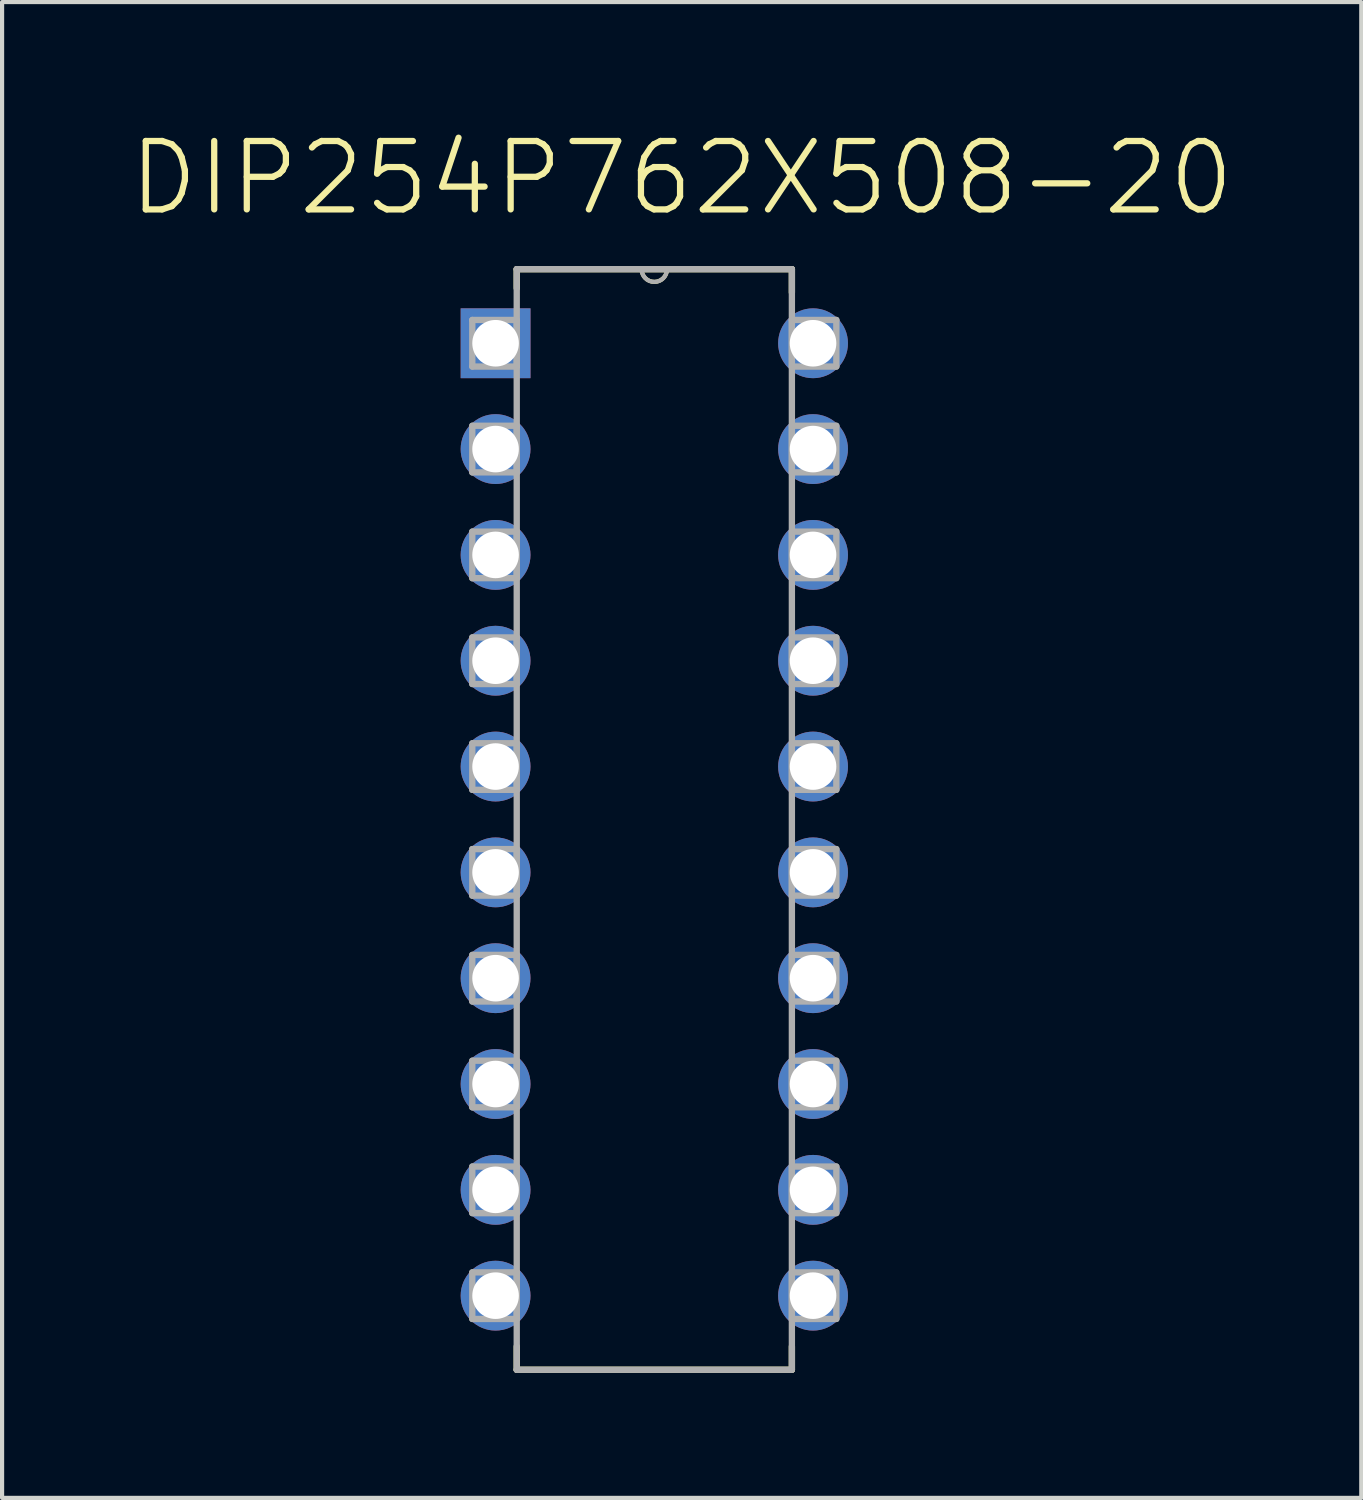
<source format=kicad_pcb>
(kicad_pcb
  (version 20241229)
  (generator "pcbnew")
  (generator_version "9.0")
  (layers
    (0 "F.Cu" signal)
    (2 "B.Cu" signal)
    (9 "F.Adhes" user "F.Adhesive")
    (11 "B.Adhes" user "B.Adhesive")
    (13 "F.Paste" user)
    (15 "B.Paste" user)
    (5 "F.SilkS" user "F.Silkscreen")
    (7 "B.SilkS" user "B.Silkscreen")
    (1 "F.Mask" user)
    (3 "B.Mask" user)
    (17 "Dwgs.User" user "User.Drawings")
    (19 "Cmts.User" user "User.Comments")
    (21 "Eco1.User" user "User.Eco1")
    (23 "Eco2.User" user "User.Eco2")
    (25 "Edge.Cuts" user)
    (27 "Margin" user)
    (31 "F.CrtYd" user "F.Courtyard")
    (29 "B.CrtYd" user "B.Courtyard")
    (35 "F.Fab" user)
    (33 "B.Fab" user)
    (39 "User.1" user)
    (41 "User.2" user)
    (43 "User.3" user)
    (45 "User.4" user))
  (footprint "DIP254P762X508-20"
    (layer "F.Cu")
    (at 16.465 28.049)
    (property "Reference" "DIP254P762X508-20" (at -3.153 -26.825 0) (layer "F.SilkS") (effects (font (size 1.642 1.642) (thickness 0.15))))
    (attr through_hole)
    (fp_line (start -7.112 -24.638) (end -7.112 -24.181) (stroke (width 0.152) (type solid)) (layer "F.SilkS"))
    (fp_line (start -7.112 1.219) (end -7.112 1.778) (stroke (width 0.152) (type solid)) (layer "F.SilkS"))
    (fp_line (start -7.112 1.778) (end -0.508 1.778) (stroke (width 0.152) (type solid)) (layer "F.SilkS"))
    (fp_line (start -4.115 -24.638) (end -7.112 -24.638) (stroke (width 0.152) (type solid)) (layer "F.SilkS"))
    (fp_line (start -3.505 -24.638) (end -4.115 -24.638) (stroke (width 0.152) (type solid)) (layer "F.SilkS"))
    (fp_line (start -0.508 -24.638) (end -3.505 -24.638) (stroke (width 0.152) (type solid)) (layer "F.SilkS"))
    (fp_line (start -0.508 -24.079) (end -0.508 -24.638) (stroke (width 0.152) (type solid)) (layer "F.SilkS"))
    (fp_line (start -0.508 1.778) (end -0.508 1.219) (stroke (width 0.152) (type solid)) (layer "F.SilkS"))
    (fp_arc (start -3.5052 -24.638) (mid -3.81 -24.3332) (end -4.1148 -24.638) (stroke (width 0.1) (type solid)) (layer "F.SilkS"))
    (fp_line (start -8.179 -23.419) (end -8.179 -22.301) (stroke (width 0.152) (type solid)) (layer "F.Fab"))
    (fp_line (start -8.179 -22.301) (end -7.112 -22.301) (stroke (width 0.152) (type solid)) (layer "F.Fab"))
    (fp_line (start -8.179 -20.879) (end -8.179 -19.761) (stroke (width 0.152) (type solid)) (layer "F.Fab"))
    (fp_line (start -8.179 -19.761) (end -7.112 -19.761) (stroke (width 0.152) (type solid)) (layer "F.Fab"))
    (fp_line (start -8.179 -18.339) (end -8.179 -17.221) (stroke (width 0.152) (type solid)) (layer "F.Fab"))
    (fp_line (start -8.179 -17.221) (end -7.112 -17.221) (stroke (width 0.152) (type solid)) (layer "F.Fab"))
    (fp_line (start -8.179 -15.799) (end -8.179 -14.681) (stroke (width 0.152) (type solid)) (layer "F.Fab"))
    (fp_line (start -8.179 -14.681) (end -7.112 -14.681) (stroke (width 0.152) (type solid)) (layer "F.Fab"))
    (fp_line (start -8.179 -13.259) (end -8.179 -12.141) (stroke (width 0.152) (type solid)) (layer "F.Fab"))
    (fp_line (start -8.179 -12.141) (end -7.112 -12.141) (stroke (width 0.152) (type solid)) (layer "F.Fab"))
    (fp_line (start -8.179 -10.719) (end -8.179 -9.601) (stroke (width 0.152) (type solid)) (layer "F.Fab"))
    (fp_line (start -8.179 -9.601) (end -7.112 -9.601) (stroke (width 0.152) (type solid)) (layer "F.Fab"))
    (fp_line (start -8.179 -8.179) (end -8.179 -7.061) (stroke (width 0.152) (type solid)) (layer "F.Fab"))
    (fp_line (start -8.179 -7.061) (end -7.112 -7.061) (stroke (width 0.152) (type solid)) (layer "F.Fab"))
    (fp_line (start -8.179 -5.639) (end -8.179 -4.521) (stroke (width 0.152) (type solid)) (layer "F.Fab"))
    (fp_line (start -8.179 -4.521) (end -7.112 -4.521) (stroke (width 0.152) (type solid)) (layer "F.Fab"))
    (fp_line (start -8.179 -3.099) (end -8.179 -1.981) (stroke (width 0.152) (type solid)) (layer "F.Fab"))
    (fp_line (start -8.179 -1.981) (end -7.112 -1.981) (stroke (width 0.152) (type solid)) (layer "F.Fab"))
    (fp_line (start -8.179 -0.559) (end -8.179 0.559) (stroke (width 0.152) (type solid)) (layer "F.Fab"))
    (fp_line (start -8.179 0.559) (end -7.112 0.559) (stroke (width 0.152) (type solid)) (layer "F.Fab"))
    (fp_line (start -7.112 -24.638) (end -7.112 1.778) (stroke (width 0.152) (type solid)) (layer "F.Fab"))
    (fp_line (start -7.112 -23.419) (end -8.179 -23.419) (stroke (width 0.152) (type solid)) (layer "F.Fab"))
    (fp_line (start -7.112 -22.301) (end -7.112 -23.419) (stroke (width 0.152) (type solid)) (layer "F.Fab"))
    (fp_line (start -7.112 -20.879) (end -8.179 -20.879) (stroke (width 0.152) (type solid)) (layer "F.Fab"))
    (fp_line (start -7.112 -19.761) (end -7.112 -20.879) (stroke (width 0.152) (type solid)) (layer "F.Fab"))
    (fp_line (start -7.112 -18.339) (end -8.179 -18.339) (stroke (width 0.152) (type solid)) (layer "F.Fab"))
    (fp_line (start -7.112 -17.221) (end -7.112 -18.339) (stroke (width 0.152) (type solid)) (layer "F.Fab"))
    (fp_line (start -7.112 -15.799) (end -8.179 -15.799) (stroke (width 0.152) (type solid)) (layer "F.Fab"))
    (fp_line (start -7.112 -14.681) (end -7.112 -15.799) (stroke (width 0.152) (type solid)) (layer "F.Fab"))
    (fp_line (start -7.112 -13.259) (end -8.179 -13.259) (stroke (width 0.152) (type solid)) (layer "F.Fab"))
    (fp_line (start -7.112 -12.141) (end -7.112 -13.259) (stroke (width 0.152) (type solid)) (layer "F.Fab"))
    (fp_line (start -7.112 -10.719) (end -8.179 -10.719) (stroke (width 0.152) (type solid)) (layer "F.Fab"))
    (fp_line (start -7.112 -9.601) (end -7.112 -10.719) (stroke (width 0.152) (type solid)) (layer "F.Fab"))
    (fp_line (start -7.112 -8.179) (end -8.179 -8.179) (stroke (width 0.152) (type solid)) (layer "F.Fab"))
    (fp_line (start -7.112 -7.061) (end -7.112 -8.179) (stroke (width 0.152) (type solid)) (layer "F.Fab"))
    (fp_line (start -7.112 -5.639) (end -8.179 -5.639) (stroke (width 0.152) (type solid)) (layer "F.Fab"))
    (fp_line (start -7.112 -4.521) (end -7.112 -5.639) (stroke (width 0.152) (type solid)) (layer "F.Fab"))
    (fp_line (start -7.112 -3.099) (end -8.179 -3.099) (stroke (width 0.152) (type solid)) (layer "F.Fab"))
    (fp_line (start -7.112 -1.981) (end -7.112 -3.099) (stroke (width 0.152) (type solid)) (layer "F.Fab"))
    (fp_line (start -7.112 -0.559) (end -8.179 -0.559) (stroke (width 0.152) (type solid)) (layer "F.Fab"))
    (fp_line (start -7.112 0.559) (end -7.112 -0.559) (stroke (width 0.152) (type solid)) (layer "F.Fab"))
    (fp_line (start -7.112 1.778) (end -0.508 1.778) (stroke (width 0.152) (type solid)) (layer "F.Fab"))
    (fp_line (start -4.115 -24.638) (end -7.112 -24.638) (stroke (width 0.152) (type solid)) (layer "F.Fab"))
    (fp_line (start -3.505 -24.638) (end -4.115 -24.638) (stroke (width 0.152) (type solid)) (layer "F.Fab"))
    (fp_line (start -0.508 -24.638) (end -3.505 -24.638) (stroke (width 0.152) (type solid)) (layer "F.Fab"))
    (fp_line (start -0.508 -23.419) (end -0.508 -22.301) (stroke (width 0.152) (type solid)) (layer "F.Fab"))
    (fp_line (start -0.508 -22.301) (end 0.559 -22.301) (stroke (width 0.152) (type solid)) (layer "F.Fab"))
    (fp_line (start -0.508 -20.879) (end -0.508 -19.761) (stroke (width 0.152) (type solid)) (layer "F.Fab"))
    (fp_line (start -0.508 -19.761) (end 0.559 -19.761) (stroke (width 0.152) (type solid)) (layer "F.Fab"))
    (fp_line (start -0.508 -18.339) (end -0.508 -17.221) (stroke (width 0.152) (type solid)) (layer "F.Fab"))
    (fp_line (start -0.508 -17.221) (end 0.559 -17.221) (stroke (width 0.152) (type solid)) (layer "F.Fab"))
    (fp_line (start -0.508 -15.799) (end -0.508 -14.681) (stroke (width 0.152) (type solid)) (layer "F.Fab"))
    (fp_line (start -0.508 -14.681) (end 0.559 -14.681) (stroke (width 0.152) (type solid)) (layer "F.Fab"))
    (fp_line (start -0.508 -13.259) (end -0.508 -12.141) (stroke (width 0.152) (type solid)) (layer "F.Fab"))
    (fp_line (start -0.508 -12.141) (end 0.559 -12.141) (stroke (width 0.152) (type solid)) (layer "F.Fab"))
    (fp_line (start -0.508 -10.719) (end -0.508 -9.601) (stroke (width 0.152) (type solid)) (layer "F.Fab"))
    (fp_line (start -0.508 -9.601) (end 0.559 -9.601) (stroke (width 0.152) (type solid)) (layer "F.Fab"))
    (fp_line (start -0.508 -8.179) (end -0.508 -7.061) (stroke (width 0.152) (type solid)) (layer "F.Fab"))
    (fp_line (start -0.508 -7.061) (end 0.559 -7.061) (stroke (width 0.152) (type solid)) (layer "F.Fab"))
    (fp_line (start -0.508 -5.639) (end -0.508 -4.521) (stroke (width 0.152) (type solid)) (layer "F.Fab"))
    (fp_line (start -0.508 -4.521) (end 0.559 -4.521) (stroke (width 0.152) (type solid)) (layer "F.Fab"))
    (fp_line (start -0.508 -3.099) (end -0.508 -1.981) (stroke (width 0.152) (type solid)) (layer "F.Fab"))
    (fp_line (start -0.508 -1.981) (end 0.559 -1.981) (stroke (width 0.152) (type solid)) (layer "F.Fab"))
    (fp_line (start -0.508 -0.559) (end -0.508 0.559) (stroke (width 0.152) (type solid)) (layer "F.Fab"))
    (fp_line (start -0.508 0.559) (end 0.559 0.559) (stroke (width 0.152) (type solid)) (layer "F.Fab"))
    (fp_line (start -0.508 1.778) (end -0.508 -24.638) (stroke (width 0.152) (type solid)) (layer "F.Fab"))
    (fp_line (start 0.559 -23.419) (end -0.508 -23.419) (stroke (width 0.152) (type solid)) (layer "F.Fab"))
    (fp_line (start 0.559 -22.301) (end 0.559 -23.419) (stroke (width 0.152) (type solid)) (layer "F.Fab"))
    (fp_line (start 0.559 -20.879) (end -0.508 -20.879) (stroke (width 0.152) (type solid)) (layer "F.Fab"))
    (fp_line (start 0.559 -19.761) (end 0.559 -20.879) (stroke (width 0.152) (type solid)) (layer "F.Fab"))
    (fp_line (start 0.559 -18.339) (end -0.508 -18.339) (stroke (width 0.152) (type solid)) (layer "F.Fab"))
    (fp_line (start 0.559 -17.221) (end 0.559 -18.339) (stroke (width 0.152) (type solid)) (layer "F.Fab"))
    (fp_line (start 0.559 -15.799) (end -0.508 -15.799) (stroke (width 0.152) (type solid)) (layer "F.Fab"))
    (fp_line (start 0.559 -14.681) (end 0.559 -15.799) (stroke (width 0.152) (type solid)) (layer "F.Fab"))
    (fp_line (start 0.559 -13.259) (end -0.508 -13.259) (stroke (width 0.152) (type solid)) (layer "F.Fab"))
    (fp_line (start 0.559 -12.141) (end 0.559 -13.259) (stroke (width 0.152) (type solid)) (layer "F.Fab"))
    (fp_line (start 0.559 -10.719) (end -0.508 -10.719) (stroke (width 0.152) (type solid)) (layer "F.Fab"))
    (fp_line (start 0.559 -9.601) (end 0.559 -10.719) (stroke (width 0.152) (type solid)) (layer "F.Fab"))
    (fp_line (start 0.559 -8.179) (end -0.508 -8.179) (stroke (width 0.152) (type solid)) (layer "F.Fab"))
    (fp_line (start 0.559 -7.061) (end 0.559 -8.179) (stroke (width 0.152) (type solid)) (layer "F.Fab"))
    (fp_line (start 0.559 -5.639) (end -0.508 -5.639) (stroke (width 0.152) (type solid)) (layer "F.Fab"))
    (fp_line (start 0.559 -4.521) (end 0.559 -5.639) (stroke (width 0.152) (type solid)) (layer "F.Fab"))
    (fp_line (start 0.559 -3.099) (end -0.508 -3.099) (stroke (width 0.152) (type solid)) (layer "F.Fab"))
    (fp_line (start 0.559 -1.981) (end 0.559 -3.099) (stroke (width 0.152) (type solid)) (layer "F.Fab"))
    (fp_line (start 0.559 -0.559) (end -0.508 -0.559) (stroke (width 0.152) (type solid)) (layer "F.Fab"))
    (fp_line (start 0.559 0.559) (end 0.559 -0.559) (stroke (width 0.152) (type solid)) (layer "F.Fab"))
    (fp_arc (start -3.5052 -24.638) (mid -3.81 -24.3332) (end -4.1148 -24.638) (stroke (width 0.1) (type solid)) (layer "F.Fab"))
    (pad "1" thru_hole rect (at -7.62 -22.86) (size 1.676 1.676) (drill 1.118) (layers "*.Cu" "*.Mask"))
    (pad "2" thru_hole circle (at -7.62 -20.32) (size 1.676 1.676) (drill 1.118) (layers "*.Cu" "*.Mask"))
    (pad "3" thru_hole circle (at -7.62 -17.78) (size 1.676 1.676) (drill 1.118) (layers "*.Cu" "*.Mask"))
    (pad "4" thru_hole circle (at -7.62 -15.24) (size 1.676 1.676) (drill 1.118) (layers "*.Cu" "*.Mask"))
    (pad "5" thru_hole circle (at -7.62 -12.7) (size 1.676 1.676) (drill 1.118) (layers "*.Cu" "*.Mask"))
    (pad "6" thru_hole circle (at -7.62 -10.16) (size 1.676 1.676) (drill 1.118) (layers "*.Cu" "*.Mask"))
    (pad "7" thru_hole circle (at -7.62 -7.62) (size 1.676 1.676) (drill 1.118) (layers "*.Cu" "*.Mask"))
    (pad "8" thru_hole circle (at -7.62 -5.08) (size 1.676 1.676) (drill 1.118) (layers "*.Cu" "*.Mask"))
    (pad "9" thru_hole circle (at -7.62 -2.54) (size 1.676 1.676) (drill 1.118) (layers "*.Cu" "*.Mask"))
    (pad "10" thru_hole circle (at -7.62 0) (size 1.676 1.676) (drill 1.118) (layers "*.Cu" "*.Mask"))
    (pad "11" thru_hole circle (at 0 0) (size 1.676 1.676) (drill 1.118) (layers "*.Cu" "*.Mask"))
    (pad "12" thru_hole circle (at 0 -2.54) (size 1.676 1.676) (drill 1.118) (layers "*.Cu" "*.Mask"))
    (pad "13" thru_hole circle (at 0 -5.08) (size 1.676 1.676) (drill 1.118) (layers "*.Cu" "*.Mask"))
    (pad "14" thru_hole circle (at 0 -7.62) (size 1.676 1.676) (drill 1.118) (layers "*.Cu" "*.Mask"))
    (pad "15" thru_hole circle (at 0 -10.16) (size 1.676 1.676) (drill 1.118) (layers "*.Cu" "*.Mask"))
    (pad "16" thru_hole circle (at 0 -12.7) (size 1.676 1.676) (drill 1.118) (layers "*.Cu" "*.Mask"))
    (pad "17" thru_hole circle (at 0 -15.24) (size 1.676 1.676) (drill 1.118) (layers "*.Cu" "*.Mask"))
    (pad "18" thru_hole circle (at 0 -17.78) (size 1.676 1.676) (drill 1.118) (layers "*.Cu" "*.Mask"))
    (pad "19" thru_hole circle (at 0 -20.32) (size 1.676 1.676) (drill 1.118) (layers "*.Cu" "*.Mask"))
    (pad "20" thru_hole circle (at 0 -22.86) (size 1.676 1.676) (drill 1.118) (layers "*.Cu" "*.Mask")))
  (gr_rect
    (start -3 -3)
    (end 29.624 32.903)
    (stroke (width 0.1) (type default))
    (fill no)
    (layer "Edge.Cuts")))
</source>
